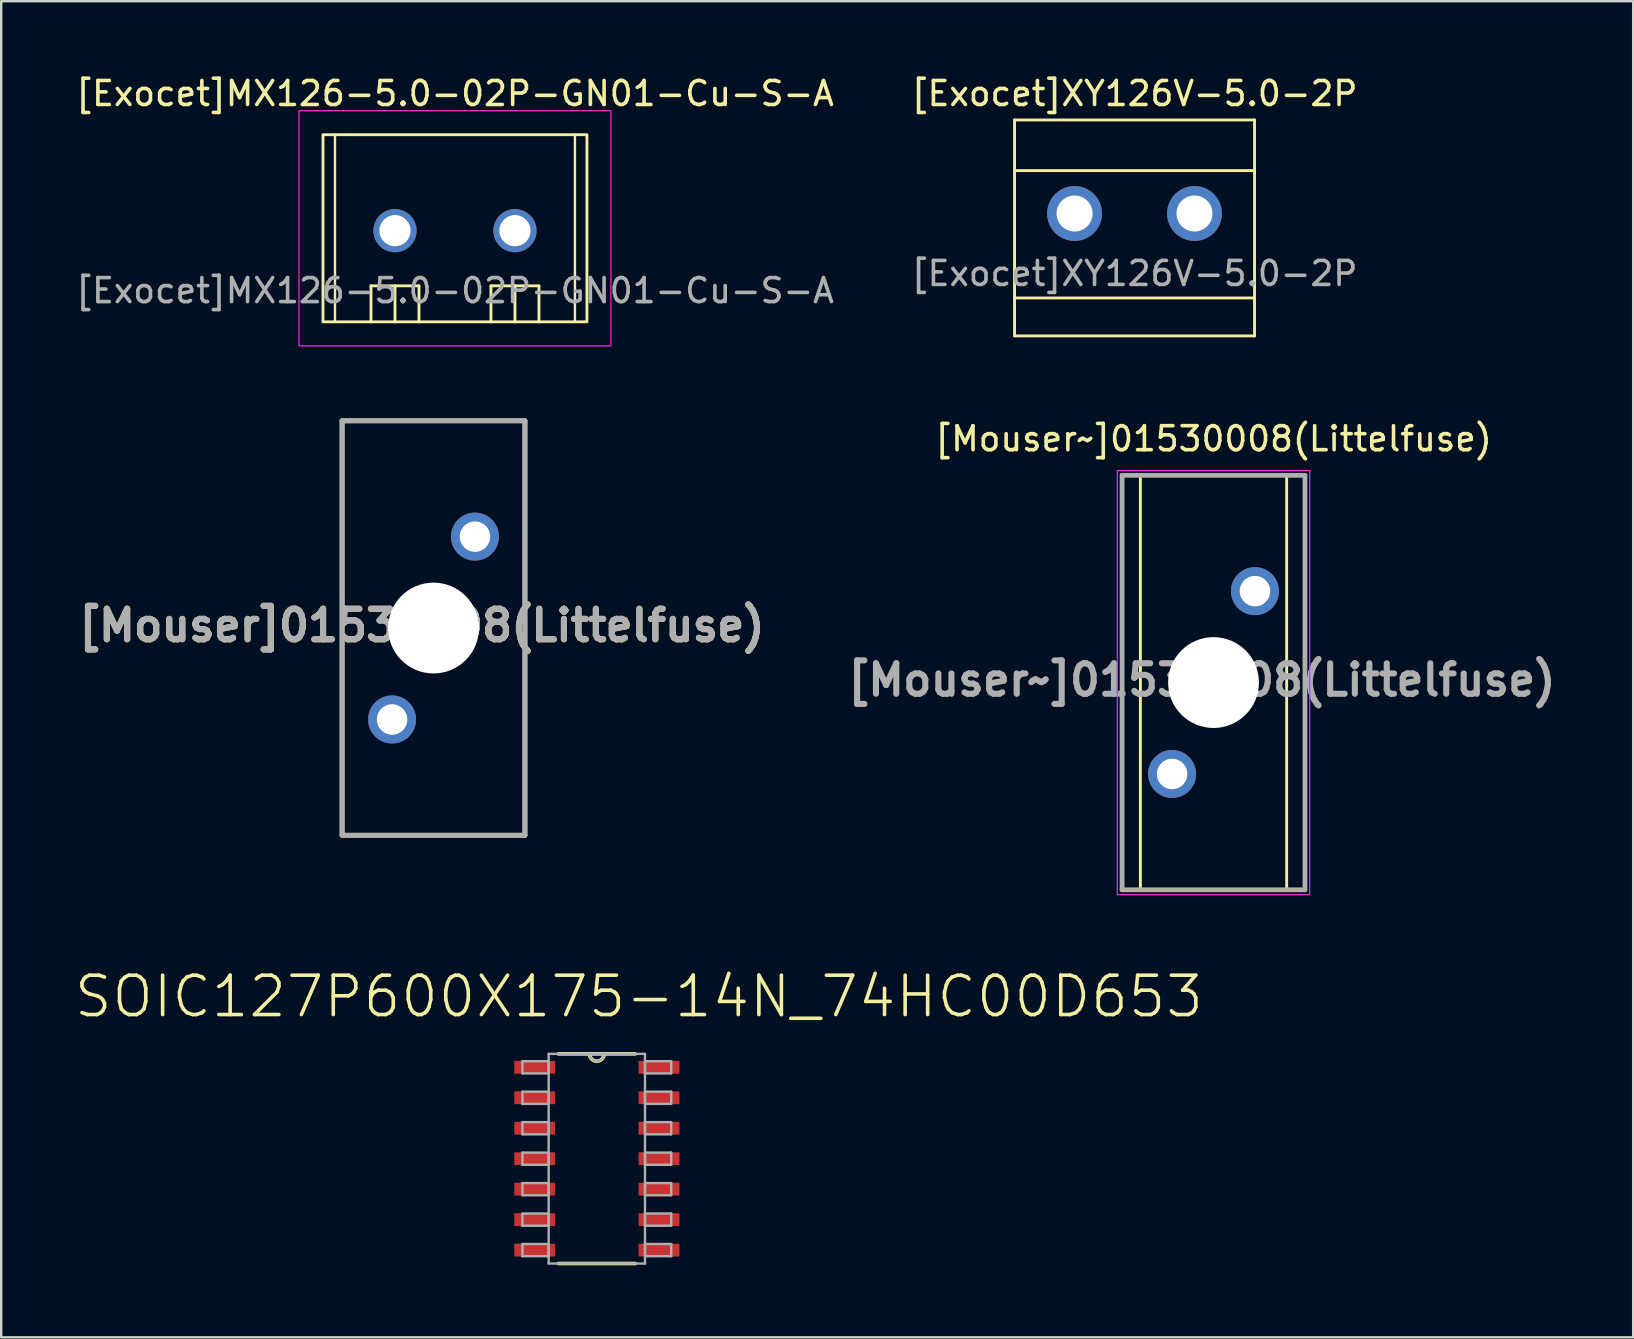
<source format=kicad_pcb>
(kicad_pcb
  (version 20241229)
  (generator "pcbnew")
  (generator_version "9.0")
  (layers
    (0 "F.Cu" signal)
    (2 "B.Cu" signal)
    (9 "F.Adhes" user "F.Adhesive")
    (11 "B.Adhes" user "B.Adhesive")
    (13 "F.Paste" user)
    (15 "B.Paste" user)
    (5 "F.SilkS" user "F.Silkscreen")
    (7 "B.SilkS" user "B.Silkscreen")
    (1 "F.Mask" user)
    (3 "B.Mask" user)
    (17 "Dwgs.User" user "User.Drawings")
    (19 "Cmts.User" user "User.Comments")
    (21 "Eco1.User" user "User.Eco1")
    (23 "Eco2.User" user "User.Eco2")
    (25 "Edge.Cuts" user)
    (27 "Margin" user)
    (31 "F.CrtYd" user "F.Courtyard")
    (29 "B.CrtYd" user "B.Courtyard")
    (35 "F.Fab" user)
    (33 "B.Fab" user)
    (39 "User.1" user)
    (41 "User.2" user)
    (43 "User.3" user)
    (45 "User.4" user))
  (footprint "[Mouser~]01530008(Littelfuse)"
    (layer "F.Cu")
    (at 47.524 25.396)
    (property "Reference" "[Mouser~]01530008(Littelfuse)" (at 0 -10.16 0) (layer "F.SilkS") (effects (font (size 1 1) (thickness 0.15))))
    (attr through_hole)
    (fp_line (start -3.81 -8.636) (end -3.81 8.636) (stroke (width 0.12) (type solid)) (layer "F.SilkS"))
    (fp_line (start -3.81 8.636) (end 3.81 8.636) (stroke (width 0.12) (type solid)) (layer "F.SilkS"))
    (fp_line (start -3.048 -8.636) (end -3.048 8.636) (stroke (width 0.12) (type solid)) (layer "F.SilkS"))
    (fp_line (start 3.048 8.636) (end 3.048 -8.636) (stroke (width 0.12) (type solid)) (layer "F.SilkS"))
    (fp_line (start 3.81 -8.636) (end -3.81 -8.636) (stroke (width 0.12) (type solid)) (layer "F.SilkS"))
    (fp_line (start 3.81 8.636) (end 3.81 -8.636) (stroke (width 0.12) (type solid)) (layer "F.SilkS"))
    (fp_rect (start -4.01 -8.836) (end 4.01 8.836) (stroke (width 0.05) (type default)) (fill no) (layer "F.CrtYd"))
    (fp_line (start -3.81 -8.636) (end 3.81 -8.636) (stroke (width 0.2) (type solid)) (layer "F.Fab"))
    (fp_line (start -3.81 8.636) (end -3.81 -8.636) (stroke (width 0.2) (type solid)) (layer "F.Fab"))
    (fp_line (start 3.81 -8.636) (end 3.81 8.636) (stroke (width 0.2) (type solid)) (layer "F.Fab"))
    (fp_line (start 3.81 8.636) (end -3.81 8.636) (stroke (width 0.2) (type solid)) (layer "F.Fab"))
    (fp_text user "${REFERENCE}" (at -0.491 -0.108 0) (layer "F.Fab") (effects (font (size 1.27 1.27) (thickness 0.254))))
    (pad "" np_thru_hole circle (at 0 0) (size 3.785 3.785) (drill 3.785) (layers "*.Cu" "*.Mask"))
    (pad "1" thru_hole circle (at 1.727 -3.81) (size 2 2) (drill 1.27) (layers "*.Cu" "*.Mask"))
    (pad "2" thru_hole circle (at -1.727 3.81) (size 2 2) (drill 1.27) (layers "*.Cu" "*.Mask")))
  (footprint "[Exocet]XY126V-5.0-2P"
    (layer "F.Cu")
    (at 44.232 5.848)
    (property "Reference" "[Exocet]XY126V-5.0-2P" (at 0 -5 0) (unlocked yes) (layer "F.SilkS") (effects (font (size 1 1) (thickness 0.15))))
    (attr through_hole)
    (fp_line (start -5.001 -3.899) (end 5.001 -3.899) (stroke (width 0.12) (type default)) (layer "F.SilkS"))
    (fp_line (start -5.001 -1.788) (end 5.001 -1.788) (stroke (width 0.12) (type default)) (layer "F.SilkS"))
    (fp_line (start -5.001 3.52) (end 5.001 3.52) (stroke (width 0.12) (type default)) (layer "F.SilkS"))
    (fp_line (start -5.001 5.1) (end -5.001 -3.899) (stroke (width 0.12) (type default)) (layer "F.SilkS"))
    (fp_line (start -5.001 5.1) (end 5.001 5.1) (stroke (width 0.12) (type default)) (layer "F.SilkS"))
    (fp_line (start 5.001 -3.899) (end 5.001 5.1) (stroke (width 0.12) (type default)) (layer "F.SilkS"))
    (fp_text user "${REFERENCE}" (at 0 2.5 0) (unlocked yes) (layer "F.Fab") (effects (font (size 1 1) (thickness 0.15))))
    (pad "1" thru_hole circle (at -2.499 0) (size 2.286 2.286) (drill 1.501) (layers "*.Cu" "*.Mask"))
    (pad "2" thru_hole circle (at 2.499 0) (size 2.286 2.286) (drill 1.501) (layers "*.Cu" "*.Mask")))
  (footprint "[Exocet]MX126-5.0-02P-GN01-Cu-S-A"
    (layer "F.Cu")
    (at 15.911 6.563)
    (property "Reference" "[Exocet]MX126-5.0-02P-GN01-Cu-S-A" (at 0 -5.715 0) (unlocked yes) (layer "F.SilkS") (effects (font (size 1 1) (thickness 0.15))))
    (attr through_hole)
    (fp_line (start -5 -4) (end -5 3.8) (stroke (width 0.1) (type default)) (layer "F.SilkS"))
    (fp_line (start -3.5 3.8) (end -3.5 2.3) (stroke (width 0.12) (type default)) (layer "F.SilkS"))
    (fp_line (start -2.5 3.8) (end -2.5 2.3) (stroke (width 0.12) (type default)) (layer "F.SilkS"))
    (fp_line (start -1.5 2.3) (end -3.5 2.3) (stroke (width 0.12) (type default)) (layer "F.SilkS"))
    (fp_line (start -1.5 3.8) (end -1.5 2.3) (stroke (width 0.12) (type default)) (layer "F.SilkS"))
    (fp_line (start 1.5 3.8) (end 1.5 2.3) (stroke (width 0.12) (type default)) (layer "F.SilkS"))
    (fp_line (start 2.5 3.8) (end 2.5 2.3) (stroke (width 0.12) (type default)) (layer "F.SilkS"))
    (fp_line (start 3.5 2.3) (end 1.5 2.3) (stroke (width 0.12) (type default)) (layer "F.SilkS"))
    (fp_line (start 3.5 3.8) (end 3.5 2.3) (stroke (width 0.12) (type default)) (layer "F.SilkS"))
    (fp_line (start 5 -4) (end 5 3.8) (stroke (width 0.1) (type default)) (layer "F.SilkS"))
    (fp_rect (start -5.5 -4) (end 5.5 3.8) (stroke (width 0.12) (type default)) (fill no) (layer "F.SilkS"))
    (fp_rect (start -6.5 -5) (end 6.5 4.8) (stroke (width 0.05) (type default)) (fill no) (layer "F.CrtYd"))
    (fp_text user "${REFERENCE}" (at 0 2.5 0) (unlocked yes) (layer "F.Fab") (effects (font (size 1 1) (thickness 0.15))))
    (pad "1" thru_hole circle (at -2.5 0) (size 1.8 1.8) (drill 1.3) (layers "*.Cu" "*.Mask"))
    (pad "2" thru_hole circle (at 2.5 0) (size 1.8 1.8) (drill 1.3) (layers "*.Cu" "*.Mask")))
  (footprint "[Mouser]01530008(Littelfuse)"
    (layer "F.Cu")
    (at 15.017 23.124)
    (property "Reference" "[Mouser]01530008(Littelfuse)" (at -0.491 -0.108 0) (layer "F.SilkS") (effects (font (size 1.27 1.27) (thickness 0.254))))
    (attr through_hole)
    (fp_line (start -3.81 -8.636) (end -3.81 8.636) (stroke (width 0.2) (type solid)) (layer "F.SilkS"))
    (fp_line (start -3.81 8.636) (end 3.81 8.636) (stroke (width 0.2) (type solid)) (layer "F.SilkS"))
    (fp_line (start 3.81 -8.636) (end -3.81 -8.636) (stroke (width 0.2) (type solid)) (layer "F.SilkS"))
    (fp_line (start 3.81 8.636) (end 3.81 -8.636) (stroke (width 0.2) (type solid)) (layer "F.SilkS"))
    (fp_line (start -3.81 -8.636) (end 3.81 -8.636) (stroke (width 0.2) (type solid)) (layer "F.Fab"))
    (fp_line (start -3.81 8.636) (end -3.81 -8.636) (stroke (width 0.2) (type solid)) (layer "F.Fab"))
    (fp_line (start 3.81 -8.636) (end 3.81 8.636) (stroke (width 0.2) (type solid)) (layer "F.Fab"))
    (fp_line (start 3.81 8.636) (end -3.81 8.636) (stroke (width 0.2) (type solid)) (layer "F.Fab"))
    (fp_text user "${REFERENCE}" (at -0.491 -0.108 0) (layer "F.Fab") (effects (font (size 1.27 1.27) (thickness 0.254))))
    (pad "" np_thru_hole circle (at 0 0) (size 3.785 3.785) (drill 3.785) (layers "*.Cu" "*.Mask"))
    (pad "1" thru_hole circle (at 1.727 -3.81) (size 2 2) (drill 1.27) (layers "*.Cu" "*.Mask"))
    (pad "2" thru_hole circle (at -1.727 3.81) (size 2 2) (drill 1.27) (layers "*.Cu" "*.Mask")))
  (footprint "SOIC127P600X175-14N_74HC00D653"
    (layer "F.Cu")
    (at 21.823 45.239)
    (property "Reference" "SOIC127P600X175-14N_74HC00D653" (at 1.753 -6.759 0) (layer "F.SilkS") (effects (font (size 1.641 1.641) (thickness 0.15))))
    (attr smd)
    (fp_line (start -1.6 4.369) (end 1.6 4.369) (stroke (width 0.152) (type solid)) (layer "F.SilkS"))
    (fp_line (start -0.305 -4.369) (end -1.6 -4.369) (stroke (width 0.152) (type solid)) (layer "F.SilkS"))
    (fp_line (start 0.305 -4.369) (end -0.305 -4.369) (stroke (width 0.152) (type solid)) (layer "F.SilkS"))
    (fp_line (start 1.6 -4.369) (end 0.305 -4.369) (stroke (width 0.152) (type solid)) (layer "F.SilkS"))
    (fp_arc (start 0.3048 -4.3688) (mid 0 -4.064) (end -0.3048 -4.3688) (stroke (width 0.1524) (type solid)) (layer "F.SilkS"))
    (fp_line (start -3.099 -4.064) (end -3.099 -3.556) (stroke (width 0.1) (type solid)) (layer "F.Fab"))
    (fp_line (start -3.099 -3.556) (end -2.007 -3.556) (stroke (width 0.1) (type solid)) (layer "F.Fab"))
    (fp_line (start -3.099 -2.794) (end -3.099 -2.286) (stroke (width 0.1) (type solid)) (layer "F.Fab"))
    (fp_line (start -3.099 -2.286) (end -2.007 -2.286) (stroke (width 0.1) (type solid)) (layer "F.Fab"))
    (fp_line (start -3.099 -1.524) (end -3.099 -1.016) (stroke (width 0.1) (type solid)) (layer "F.Fab"))
    (fp_line (start -3.099 -1.016) (end -2.007 -1.016) (stroke (width 0.1) (type solid)) (layer "F.Fab"))
    (fp_line (start -3.099 -0.254) (end -3.099 0.254) (stroke (width 0.1) (type solid)) (layer "F.Fab"))
    (fp_line (start -3.099 0.254) (end -2.007 0.254) (stroke (width 0.1) (type solid)) (layer "F.Fab"))
    (fp_line (start -3.099 1.016) (end -3.099 1.524) (stroke (width 0.1) (type solid)) (layer "F.Fab"))
    (fp_line (start -3.099 1.524) (end -2.007 1.524) (stroke (width 0.1) (type solid)) (layer "F.Fab"))
    (fp_line (start -3.099 2.286) (end -3.099 2.794) (stroke (width 0.1) (type solid)) (layer "F.Fab"))
    (fp_line (start -3.099 2.794) (end -2.007 2.794) (stroke (width 0.1) (type solid)) (layer "F.Fab"))
    (fp_line (start -3.099 3.556) (end -3.099 4.064) (stroke (width 0.1) (type solid)) (layer "F.Fab"))
    (fp_line (start -3.099 4.064) (end -2.007 4.064) (stroke (width 0.1) (type solid)) (layer "F.Fab"))
    (fp_line (start -2.007 -4.369) (end -2.007 4.369) (stroke (width 0.1) (type solid)) (layer "F.Fab"))
    (fp_line (start -2.007 -4.064) (end -3.099 -4.064) (stroke (width 0.1) (type solid)) (layer "F.Fab"))
    (fp_line (start -2.007 -3.556) (end -2.007 -4.064) (stroke (width 0.1) (type solid)) (layer "F.Fab"))
    (fp_line (start -2.007 -2.794) (end -3.099 -2.794) (stroke (width 0.1) (type solid)) (layer "F.Fab"))
    (fp_line (start -2.007 -2.286) (end -2.007 -2.794) (stroke (width 0.1) (type solid)) (layer "F.Fab"))
    (fp_line (start -2.007 -1.524) (end -3.099 -1.524) (stroke (width 0.1) (type solid)) (layer "F.Fab"))
    (fp_line (start -2.007 -1.016) (end -2.007 -1.524) (stroke (width 0.1) (type solid)) (layer "F.Fab"))
    (fp_line (start -2.007 -0.254) (end -3.099 -0.254) (stroke (width 0.1) (type solid)) (layer "F.Fab"))
    (fp_line (start -2.007 0.254) (end -2.007 -0.254) (stroke (width 0.1) (type solid)) (layer "F.Fab"))
    (fp_line (start -2.007 1.016) (end -3.099 1.016) (stroke (width 0.1) (type solid)) (layer "F.Fab"))
    (fp_line (start -2.007 1.524) (end -2.007 1.016) (stroke (width 0.1) (type solid)) (layer "F.Fab"))
    (fp_line (start -2.007 2.286) (end -3.099 2.286) (stroke (width 0.1) (type solid)) (layer "F.Fab"))
    (fp_line (start -2.007 2.794) (end -2.007 2.286) (stroke (width 0.1) (type solid)) (layer "F.Fab"))
    (fp_line (start -2.007 3.556) (end -3.099 3.556) (stroke (width 0.1) (type solid)) (layer "F.Fab"))
    (fp_line (start -2.007 4.064) (end -2.007 3.556) (stroke (width 0.1) (type solid)) (layer "F.Fab"))
    (fp_line (start -2.007 4.369) (end 2.007 4.369) (stroke (width 0.1) (type solid)) (layer "F.Fab"))
    (fp_line (start -0.305 -4.369) (end -2.007 -4.369) (stroke (width 0.1) (type solid)) (layer "F.Fab"))
    (fp_line (start 0.305 -4.369) (end -0.305 -4.369) (stroke (width 0.1) (type solid)) (layer "F.Fab"))
    (fp_line (start 2.007 -4.369) (end 0.305 -4.369) (stroke (width 0.1) (type solid)) (layer "F.Fab"))
    (fp_line (start 2.007 -4.064) (end 2.007 -3.556) (stroke (width 0.1) (type solid)) (layer "F.Fab"))
    (fp_line (start 2.007 -3.556) (end 3.099 -3.556) (stroke (width 0.1) (type solid)) (layer "F.Fab"))
    (fp_line (start 2.007 -2.794) (end 2.007 -2.286) (stroke (width 0.1) (type solid)) (layer "F.Fab"))
    (fp_line (start 2.007 -2.286) (end 3.099 -2.286) (stroke (width 0.1) (type solid)) (layer "F.Fab"))
    (fp_line (start 2.007 -1.524) (end 2.007 -1.016) (stroke (width 0.1) (type solid)) (layer "F.Fab"))
    (fp_line (start 2.007 -1.016) (end 3.099 -1.016) (stroke (width 0.1) (type solid)) (layer "F.Fab"))
    (fp_line (start 2.007 -0.254) (end 2.007 0.254) (stroke (width 0.1) (type solid)) (layer "F.Fab"))
    (fp_line (start 2.007 0.254) (end 3.099 0.254) (stroke (width 0.1) (type solid)) (layer "F.Fab"))
    (fp_line (start 2.007 1.016) (end 2.007 1.524) (stroke (width 0.1) (type solid)) (layer "F.Fab"))
    (fp_line (start 2.007 1.524) (end 3.099 1.524) (stroke (width 0.1) (type solid)) (layer "F.Fab"))
    (fp_line (start 2.007 2.286) (end 2.007 2.794) (stroke (width 0.1) (type solid)) (layer "F.Fab"))
    (fp_line (start 2.007 2.794) (end 3.099 2.794) (stroke (width 0.1) (type solid)) (layer "F.Fab"))
    (fp_line (start 2.007 3.556) (end 2.007 4.064) (stroke (width 0.1) (type solid)) (layer "F.Fab"))
    (fp_line (start 2.007 4.064) (end 3.099 4.064) (stroke (width 0.1) (type solid)) (layer "F.Fab"))
    (fp_line (start 2.007 4.369) (end 2.007 -4.369) (stroke (width 0.1) (type solid)) (layer "F.Fab"))
    (fp_line (start 3.099 -4.064) (end 2.007 -4.064) (stroke (width 0.1) (type solid)) (layer "F.Fab"))
    (fp_line (start 3.099 -3.556) (end 3.099 -4.064) (stroke (width 0.1) (type solid)) (layer "F.Fab"))
    (fp_line (start 3.099 -2.794) (end 2.007 -2.794) (stroke (width 0.1) (type solid)) (layer "F.Fab"))
    (fp_line (start 3.099 -2.286) (end 3.099 -2.794) (stroke (width 0.1) (type solid)) (layer "F.Fab"))
    (fp_line (start 3.099 -1.524) (end 2.007 -1.524) (stroke (width 0.1) (type solid)) (layer "F.Fab"))
    (fp_line (start 3.099 -1.016) (end 3.099 -1.524) (stroke (width 0.1) (type solid)) (layer "F.Fab"))
    (fp_line (start 3.099 -0.254) (end 2.007 -0.254) (stroke (width 0.1) (type solid)) (layer "F.Fab"))
    (fp_line (start 3.099 0.254) (end 3.099 -0.254) (stroke (width 0.1) (type solid)) (layer "F.Fab"))
    (fp_line (start 3.099 1.016) (end 2.007 1.016) (stroke (width 0.1) (type solid)) (layer "F.Fab"))
    (fp_line (start 3.099 1.524) (end 3.099 1.016) (stroke (width 0.1) (type solid)) (layer "F.Fab"))
    (fp_line (start 3.099 2.286) (end 2.007 2.286) (stroke (width 0.1) (type solid)) (layer "F.Fab"))
    (fp_line (start 3.099 2.794) (end 3.099 2.286) (stroke (width 0.1) (type solid)) (layer "F.Fab"))
    (fp_line (start 3.099 3.556) (end 2.007 3.556) (stroke (width 0.1) (type solid)) (layer "F.Fab"))
    (fp_line (start 3.099 4.064) (end 3.099 3.556) (stroke (width 0.1) (type solid)) (layer "F.Fab"))
    (fp_arc (start 0.3048 -4.3688) (mid 0 -4.064) (end -0.3048 -4.3688) (stroke (width 0.1) (type solid)) (layer "F.Fab"))
    (pad "1" smd rect (at -2.591 -3.81) (size 1.702 0.533) (layers "F.Cu" "F.Mask" "F.Paste"))
    (pad "2" smd rect (at -2.591 -2.54) (size 1.702 0.533) (layers "F.Cu" "F.Mask" "F.Paste"))
    (pad "3" smd rect (at -2.591 -1.27) (size 1.702 0.533) (layers "F.Cu" "F.Mask" "F.Paste"))
    (pad "4" smd rect (at -2.591 0) (size 1.702 0.533) (layers "F.Cu" "F.Mask" "F.Paste"))
    (pad "5" smd rect (at -2.591 1.27) (size 1.702 0.533) (layers "F.Cu" "F.Mask" "F.Paste"))
    (pad "6" smd rect (at -2.591 2.54) (size 1.702 0.533) (layers "F.Cu" "F.Mask" "F.Paste"))
    (pad "7" smd rect (at -2.591 3.81) (size 1.702 0.533) (layers "F.Cu" "F.Mask" "F.Paste"))
    (pad "8" smd rect (at 2.591 3.81) (size 1.702 0.533) (layers "F.Cu" "F.Mask" "F.Paste"))
    (pad "9" smd rect (at 2.591 2.54) (size 1.702 0.533) (layers "F.Cu" "F.Mask" "F.Paste"))
    (pad "10" smd rect (at 2.591 1.27) (size 1.702 0.533) (layers "F.Cu" "F.Mask" "F.Paste"))
    (pad "11" smd rect (at 2.591 0) (size 1.702 0.533) (layers "F.Cu" "F.Mask" "F.Paste"))
    (pad "12" smd rect (at 2.591 -1.27) (size 1.702 0.533) (layers "F.Cu" "F.Mask" "F.Paste"))
    (pad "13" smd rect (at 2.591 -2.54) (size 1.702 0.533) (layers "F.Cu" "F.Mask" "F.Paste"))
    (pad "14" smd rect (at 2.591 -3.81) (size 1.702 0.533) (layers "F.Cu" "F.Mask" "F.Paste")))
  (gr_rect
    (start -3 -3)
    (end 65.013 52.684)
    (stroke (width 0.1) (type default))
    (fill no)
    (layer "Edge.Cuts")))
</source>
